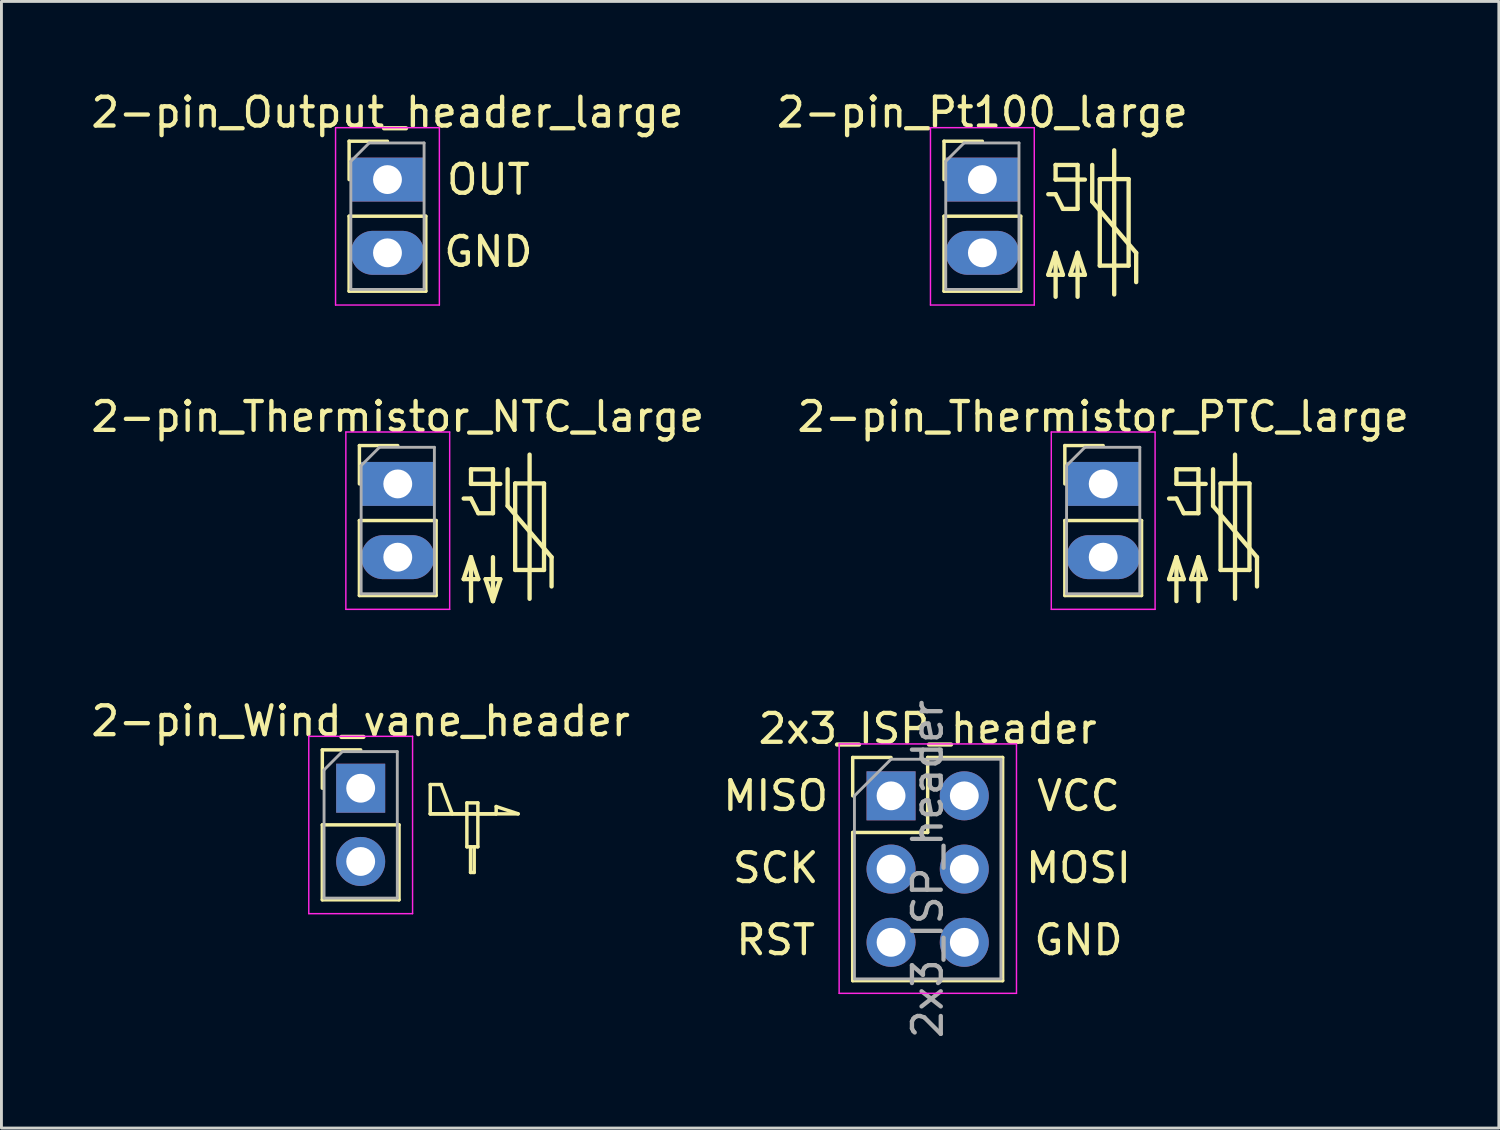
<source format=kicad_pcb>
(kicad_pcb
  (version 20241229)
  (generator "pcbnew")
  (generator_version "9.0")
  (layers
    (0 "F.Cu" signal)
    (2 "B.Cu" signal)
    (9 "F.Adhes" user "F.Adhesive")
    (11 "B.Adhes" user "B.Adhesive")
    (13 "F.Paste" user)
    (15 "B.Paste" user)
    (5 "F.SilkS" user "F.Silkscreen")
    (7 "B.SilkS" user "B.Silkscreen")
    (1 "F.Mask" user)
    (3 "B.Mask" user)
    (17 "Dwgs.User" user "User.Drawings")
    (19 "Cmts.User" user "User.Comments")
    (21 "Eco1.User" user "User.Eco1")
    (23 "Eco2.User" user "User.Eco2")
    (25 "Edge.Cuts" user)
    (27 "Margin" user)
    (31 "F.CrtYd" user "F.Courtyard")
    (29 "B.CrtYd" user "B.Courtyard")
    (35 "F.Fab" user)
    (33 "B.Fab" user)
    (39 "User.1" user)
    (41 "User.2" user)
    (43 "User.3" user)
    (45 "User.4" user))
  (footprint "2-pin_Thermistor_NTC_large"
    (layer "F.Cu")
    (at 10.744 13.732)
    (property "Reference" "2-pin_Thermistor_NTC_large" (at 0 -2.33 0) (layer "F.SilkS") (effects (font (size 1 1) (thickness 0.15))))
    (attr through_hole)
    (fp_line (start -1.33 -1.33) (end 0 -1.33) (stroke (width 0.12) (type solid)) (layer "F.SilkS"))
    (fp_line (start -1.33 0) (end -1.33 -1.33) (stroke (width 0.12) (type solid)) (layer "F.SilkS"))
    (fp_line (start -1.33 1.27) (end -1.33 3.87) (stroke (width 0.12) (type solid)) (layer "F.SilkS"))
    (fp_line (start -1.33 1.27) (end 1.33 1.27) (stroke (width 0.12) (type solid)) (layer "F.SilkS"))
    (fp_line (start -1.33 3.87) (end 1.33 3.87) (stroke (width 0.12) (type solid)) (layer "F.SilkS"))
    (fp_line (start 1.33 1.27) (end 1.33 3.87) (stroke (width 0.12) (type solid)) (layer "F.SilkS"))
    (fp_line (start 2.286 0.508) (end 2.54 0.508) (stroke (width 0.15) (type solid)) (layer "F.SilkS"))
    (fp_line (start 2.286 3.302) (end 2.794 3.302) (stroke (width 0.15) (type solid)) (layer "F.SilkS"))
    (fp_line (start 2.54 -0.508) (end 2.54 0) (stroke (width 0.15) (type solid)) (layer "F.SilkS"))
    (fp_line (start 2.54 0) (end 3.556 0) (stroke (width 0.15) (type solid)) (layer "F.SilkS"))
    (fp_line (start 2.54 0.508) (end 2.794 1.016) (stroke (width 0.15) (type solid)) (layer "F.SilkS"))
    (fp_line (start 2.54 2.54) (end 2.286 3.302) (stroke (width 0.15) (type solid)) (layer "F.SilkS"))
    (fp_line (start 2.54 4.064) (end 2.54 2.54) (stroke (width 0.15) (type solid)) (layer "F.SilkS"))
    (fp_line (start 2.794 1.016) (end 3.302 1.016) (stroke (width 0.15) (type solid)) (layer "F.SilkS"))
    (fp_line (start 2.794 3.302) (end 2.54 2.54) (stroke (width 0.15) (type solid)) (layer "F.SilkS"))
    (fp_line (start 3.048 3.302) (end 3.302 4.064) (stroke (width 0.15) (type solid)) (layer "F.SilkS"))
    (fp_line (start 3.302 -0.508) (end 2.54 -0.508) (stroke (width 0.15) (type solid)) (layer "F.SilkS"))
    (fp_line (start 3.302 1.016) (end 3.302 -0.508) (stroke (width 0.15) (type solid)) (layer "F.SilkS"))
    (fp_line (start 3.302 2.54) (end 3.302 4.064) (stroke (width 0.15) (type solid)) (layer "F.SilkS"))
    (fp_line (start 3.302 4.064) (end 3.556 3.302) (stroke (width 0.15) (type solid)) (layer "F.SilkS"))
    (fp_line (start 3.556 3.302) (end 3.048 3.302) (stroke (width 0.15) (type solid)) (layer "F.SilkS"))
    (fp_line (start 3.81 0.762) (end 3.81 -0.508) (stroke (width 0.15) (type solid)) (layer "F.SilkS"))
    (fp_line (start 4.072 -0.016) (end 4.072 2.984) (stroke (width 0.15) (type solid)) (layer "F.SilkS"))
    (fp_line (start 4.072 2.984) (end 5.072 2.984) (stroke (width 0.15) (type solid)) (layer "F.SilkS"))
    (fp_line (start 4.572 -1.016) (end 4.572 3.984) (stroke (width 0.15) (type solid)) (layer "F.SilkS"))
    (fp_line (start 5.072 -0.016) (end 4.072 -0.016) (stroke (width 0.15) (type solid)) (layer "F.SilkS"))
    (fp_line (start 5.072 2.984) (end 5.072 -0.016) (stroke (width 0.15) (type solid)) (layer "F.SilkS"))
    (fp_line (start 5.334 2.54) (end 3.81 0.762) (stroke (width 0.15) (type solid)) (layer "F.SilkS"))
    (fp_line (start 5.334 3.556) (end 5.334 2.54) (stroke (width 0.15) (type solid)) (layer "F.SilkS"))
    (fp_line (start -1.8 -1.8) (end -1.8 4.35) (stroke (width 0.05) (type solid)) (layer "F.CrtYd"))
    (fp_line (start -1.8 4.35) (end 1.8 4.35) (stroke (width 0.05) (type solid)) (layer "F.CrtYd"))
    (fp_line (start 1.8 -1.8) (end -1.8 -1.8) (stroke (width 0.05) (type solid)) (layer "F.CrtYd"))
    (fp_line (start 1.8 4.35) (end 1.8 -1.8) (stroke (width 0.05) (type solid)) (layer "F.CrtYd"))
    (fp_line (start -1.27 -0.635) (end -0.635 -1.27) (stroke (width 0.1) (type solid)) (layer "F.Fab"))
    (fp_line (start -1.27 3.81) (end -1.27 -0.635) (stroke (width 0.1) (type solid)) (layer "F.Fab"))
    (fp_line (start -0.635 -1.27) (end 1.27 -1.27) (stroke (width 0.1) (type solid)) (layer "F.Fab"))
    (fp_line (start 1.27 -1.27) (end 1.27 3.81) (stroke (width 0.1) (type solid)) (layer "F.Fab"))
    (fp_line (start 1.27 3.81) (end -1.27 3.81) (stroke (width 0.1) (type solid)) (layer "F.Fab"))
    (pad "1" thru_hole rect (at 0 0) (size 2.54 1.524) (drill 1) (layers "*.Cu" "*.Mask"))
    (pad "2" thru_hole oval (at 0 2.54) (size 2.54 1.524) (drill 1) (layers "*.Cu" "*.Mask")))
  (footprint "2-pin_Pt100_large"
    (layer "F.Cu")
    (at 31.018 3.178)
    (property "Reference" "2-pin_Pt100_large" (at 0 -2.33 0) (layer "F.SilkS") (effects (font (size 1 1) (thickness 0.15))))
    (attr through_hole)
    (fp_line (start -1.33 -1.33) (end 0 -1.33) (stroke (width 0.12) (type solid)) (layer "F.SilkS"))
    (fp_line (start -1.33 0) (end -1.33 -1.33) (stroke (width 0.12) (type solid)) (layer "F.SilkS"))
    (fp_line (start -1.33 1.27) (end -1.33 3.87) (stroke (width 0.12) (type solid)) (layer "F.SilkS"))
    (fp_line (start -1.33 1.27) (end 1.33 1.27) (stroke (width 0.12) (type solid)) (layer "F.SilkS"))
    (fp_line (start -1.33 3.87) (end 1.33 3.87) (stroke (width 0.12) (type solid)) (layer "F.SilkS"))
    (fp_line (start 1.33 1.27) (end 1.33 3.87) (stroke (width 0.12) (type solid)) (layer "F.SilkS"))
    (fp_line (start 2.286 0.508) (end 2.54 0.508) (stroke (width 0.15) (type solid)) (layer "F.SilkS"))
    (fp_line (start 2.286 3.302) (end 2.794 3.302) (stroke (width 0.15) (type solid)) (layer "F.SilkS"))
    (fp_line (start 2.54 -0.508) (end 2.54 0) (stroke (width 0.15) (type solid)) (layer "F.SilkS"))
    (fp_line (start 2.54 0) (end 3.556 0) (stroke (width 0.15) (type solid)) (layer "F.SilkS"))
    (fp_line (start 2.54 0.508) (end 2.794 1.016) (stroke (width 0.15) (type solid)) (layer "F.SilkS"))
    (fp_line (start 2.54 2.54) (end 2.286 3.302) (stroke (width 0.15) (type solid)) (layer "F.SilkS"))
    (fp_line (start 2.54 4.064) (end 2.54 2.54) (stroke (width 0.15) (type solid)) (layer "F.SilkS"))
    (fp_line (start 2.794 1.016) (end 3.302 1.016) (stroke (width 0.15) (type solid)) (layer "F.SilkS"))
    (fp_line (start 2.794 3.302) (end 2.54 2.54) (stroke (width 0.15) (type solid)) (layer "F.SilkS"))
    (fp_line (start 3.048 3.302) (end 3.556 3.302) (stroke (width 0.15) (type solid)) (layer "F.SilkS"))
    (fp_line (start 3.302 -0.508) (end 2.54 -0.508) (stroke (width 0.15) (type solid)) (layer "F.SilkS"))
    (fp_line (start 3.302 1.016) (end 3.302 -0.508) (stroke (width 0.15) (type solid)) (layer "F.SilkS"))
    (fp_line (start 3.302 2.54) (end 3.048 3.302) (stroke (width 0.15) (type solid)) (layer "F.SilkS"))
    (fp_line (start 3.302 4.064) (end 3.302 2.54) (stroke (width 0.15) (type solid)) (layer "F.SilkS"))
    (fp_line (start 3.556 3.302) (end 3.302 2.54) (stroke (width 0.15) (type solid)) (layer "F.SilkS"))
    (fp_line (start 3.81 0.762) (end 3.81 -0.508) (stroke (width 0.15) (type solid)) (layer "F.SilkS"))
    (fp_line (start 4.072 -0.016) (end 4.072 2.984) (stroke (width 0.15) (type solid)) (layer "F.SilkS"))
    (fp_line (start 4.072 2.984) (end 5.072 2.984) (stroke (width 0.15) (type solid)) (layer "F.SilkS"))
    (fp_line (start 4.572 -1.016) (end 4.572 3.984) (stroke (width 0.15) (type solid)) (layer "F.SilkS"))
    (fp_line (start 5.072 -0.016) (end 4.072 -0.016) (stroke (width 0.15) (type solid)) (layer "F.SilkS"))
    (fp_line (start 5.072 2.984) (end 5.072 -0.016) (stroke (width 0.15) (type solid)) (layer "F.SilkS"))
    (fp_line (start 5.334 2.54) (end 3.81 0.762) (stroke (width 0.15) (type solid)) (layer "F.SilkS"))
    (fp_line (start 5.334 3.556) (end 5.334 2.54) (stroke (width 0.15) (type solid)) (layer "F.SilkS"))
    (fp_line (start -1.8 -1.8) (end -1.8 4.35) (stroke (width 0.05) (type solid)) (layer "F.CrtYd"))
    (fp_line (start -1.8 4.35) (end 1.8 4.35) (stroke (width 0.05) (type solid)) (layer "F.CrtYd"))
    (fp_line (start 1.8 -1.8) (end -1.8 -1.8) (stroke (width 0.05) (type solid)) (layer "F.CrtYd"))
    (fp_line (start 1.8 4.35) (end 1.8 -1.8) (stroke (width 0.05) (type solid)) (layer "F.CrtYd"))
    (fp_line (start -1.27 -0.635) (end -0.635 -1.27) (stroke (width 0.1) (type solid)) (layer "F.Fab"))
    (fp_line (start -1.27 3.81) (end -1.27 -0.635) (stroke (width 0.1) (type solid)) (layer "F.Fab"))
    (fp_line (start -0.635 -1.27) (end 1.27 -1.27) (stroke (width 0.1) (type solid)) (layer "F.Fab"))
    (fp_line (start 1.27 -1.27) (end 1.27 3.81) (stroke (width 0.1) (type solid)) (layer "F.Fab"))
    (fp_line (start 1.27 3.81) (end -1.27 3.81) (stroke (width 0.1) (type solid)) (layer "F.Fab"))
    (pad "1" thru_hole rect (at 0 0) (size 2.54 1.524) (drill 1) (layers "*.Cu" "*.Mask"))
    (pad "2" thru_hole oval (at 0 2.54) (size 2.54 1.524) (drill 1) (layers "*.Cu" "*.Mask")))
  (footprint "2-pin_Thermistor_PTC_large"
    (layer "F.Cu")
    (at 35.208 13.732)
    (property "Reference" "2-pin_Thermistor_PTC_large" (at 0 -2.33 0) (layer "F.SilkS") (effects (font (size 1 1) (thickness 0.15))))
    (attr through_hole)
    (fp_line (start -1.33 -1.33) (end 0 -1.33) (stroke (width 0.12) (type solid)) (layer "F.SilkS"))
    (fp_line (start -1.33 0) (end -1.33 -1.33) (stroke (width 0.12) (type solid)) (layer "F.SilkS"))
    (fp_line (start -1.33 1.27) (end -1.33 3.87) (stroke (width 0.12) (type solid)) (layer "F.SilkS"))
    (fp_line (start -1.33 1.27) (end 1.33 1.27) (stroke (width 0.12) (type solid)) (layer "F.SilkS"))
    (fp_line (start -1.33 3.87) (end 1.33 3.87) (stroke (width 0.12) (type solid)) (layer "F.SilkS"))
    (fp_line (start 1.33 1.27) (end 1.33 3.87) (stroke (width 0.12) (type solid)) (layer "F.SilkS"))
    (fp_line (start 2.286 0.508) (end 2.54 0.508) (stroke (width 0.15) (type solid)) (layer "F.SilkS"))
    (fp_line (start 2.286 3.302) (end 2.794 3.302) (stroke (width 0.15) (type solid)) (layer "F.SilkS"))
    (fp_line (start 2.54 -0.508) (end 2.54 0) (stroke (width 0.15) (type solid)) (layer "F.SilkS"))
    (fp_line (start 2.54 0) (end 3.556 0) (stroke (width 0.15) (type solid)) (layer "F.SilkS"))
    (fp_line (start 2.54 0.508) (end 2.794 1.016) (stroke (width 0.15) (type solid)) (layer "F.SilkS"))
    (fp_line (start 2.54 2.54) (end 2.286 3.302) (stroke (width 0.15) (type solid)) (layer "F.SilkS"))
    (fp_line (start 2.54 4.064) (end 2.54 2.54) (stroke (width 0.15) (type solid)) (layer "F.SilkS"))
    (fp_line (start 2.794 1.016) (end 3.302 1.016) (stroke (width 0.15) (type solid)) (layer "F.SilkS"))
    (fp_line (start 2.794 3.302) (end 2.54 2.54) (stroke (width 0.15) (type solid)) (layer "F.SilkS"))
    (fp_line (start 3.048 3.302) (end 3.556 3.302) (stroke (width 0.15) (type solid)) (layer "F.SilkS"))
    (fp_line (start 3.302 -0.508) (end 2.54 -0.508) (stroke (width 0.15) (type solid)) (layer "F.SilkS"))
    (fp_line (start 3.302 1.016) (end 3.302 -0.508) (stroke (width 0.15) (type solid)) (layer "F.SilkS"))
    (fp_line (start 3.302 2.54) (end 3.048 3.302) (stroke (width 0.15) (type solid)) (layer "F.SilkS"))
    (fp_line (start 3.302 4.064) (end 3.302 2.54) (stroke (width 0.15) (type solid)) (layer "F.SilkS"))
    (fp_line (start 3.556 3.302) (end 3.302 2.54) (stroke (width 0.15) (type solid)) (layer "F.SilkS"))
    (fp_line (start 3.81 0.762) (end 3.81 -0.508) (stroke (width 0.15) (type solid)) (layer "F.SilkS"))
    (fp_line (start 4.072 -0.016) (end 4.072 2.984) (stroke (width 0.15) (type solid)) (layer "F.SilkS"))
    (fp_line (start 4.072 2.984) (end 5.072 2.984) (stroke (width 0.15) (type solid)) (layer "F.SilkS"))
    (fp_line (start 4.572 -1.016) (end 4.572 3.984) (stroke (width 0.15) (type solid)) (layer "F.SilkS"))
    (fp_line (start 5.072 -0.016) (end 4.072 -0.016) (stroke (width 0.15) (type solid)) (layer "F.SilkS"))
    (fp_line (start 5.072 2.984) (end 5.072 -0.016) (stroke (width 0.15) (type solid)) (layer "F.SilkS"))
    (fp_line (start 5.334 2.54) (end 3.81 0.762) (stroke (width 0.15) (type solid)) (layer "F.SilkS"))
    (fp_line (start 5.334 3.556) (end 5.334 2.54) (stroke (width 0.15) (type solid)) (layer "F.SilkS"))
    (fp_line (start -1.8 -1.8) (end -1.8 4.35) (stroke (width 0.05) (type solid)) (layer "F.CrtYd"))
    (fp_line (start -1.8 4.35) (end 1.8 4.35) (stroke (width 0.05) (type solid)) (layer "F.CrtYd"))
    (fp_line (start 1.8 -1.8) (end -1.8 -1.8) (stroke (width 0.05) (type solid)) (layer "F.CrtYd"))
    (fp_line (start 1.8 4.35) (end 1.8 -1.8) (stroke (width 0.05) (type solid)) (layer "F.CrtYd"))
    (fp_line (start -1.27 -0.635) (end -0.635 -1.27) (stroke (width 0.1) (type solid)) (layer "F.Fab"))
    (fp_line (start -1.27 3.81) (end -1.27 -0.635) (stroke (width 0.1) (type solid)) (layer "F.Fab"))
    (fp_line (start -0.635 -1.27) (end 1.27 -1.27) (stroke (width 0.1) (type solid)) (layer "F.Fab"))
    (fp_line (start 1.27 -1.27) (end 1.27 3.81) (stroke (width 0.1) (type solid)) (layer "F.Fab"))
    (fp_line (start 1.27 3.81) (end -1.27 3.81) (stroke (width 0.1) (type solid)) (layer "F.Fab"))
    (pad "1" thru_hole rect (at 0 0) (size 2.54 1.524) (drill 1) (layers "*.Cu" "*.Mask"))
    (pad "2" thru_hole oval (at 0 2.54) (size 2.54 1.524) (drill 1) (layers "*.Cu" "*.Mask")))
  (footprint "2x3_ISP_header"
    (layer "F.Cu")
    (at 27.851 24.549)
    (property "Reference" "2x3_ISP_header" (at 1.27 -2.33 0) (layer "F.SilkS") (effects (font (size 1 1) (thickness 0.15))))
    (attr through_hole)
    (fp_line (start -1.33 -1.33) (end 0 -1.33) (stroke (width 0.12) (type solid)) (layer "F.SilkS"))
    (fp_line (start -1.33 0) (end -1.33 -1.33) (stroke (width 0.12) (type solid)) (layer "F.SilkS"))
    (fp_line (start -1.33 1.27) (end -1.33 6.41) (stroke (width 0.12) (type solid)) (layer "F.SilkS"))
    (fp_line (start -1.33 1.27) (end 1.27 1.27) (stroke (width 0.12) (type solid)) (layer "F.SilkS"))
    (fp_line (start -1.33 6.41) (end 3.87 6.41) (stroke (width 0.12) (type solid)) (layer "F.SilkS"))
    (fp_line (start 1.27 -1.33) (end 3.87 -1.33) (stroke (width 0.12) (type solid)) (layer "F.SilkS"))
    (fp_line (start 1.27 1.27) (end 1.27 -1.33) (stroke (width 0.12) (type solid)) (layer "F.SilkS"))
    (fp_line (start 3.87 -1.33) (end 3.87 6.41) (stroke (width 0.12) (type solid)) (layer "F.SilkS"))
    (fp_line (start -1.8 -1.8) (end -1.8 6.85) (stroke (width 0.05) (type solid)) (layer "F.CrtYd"))
    (fp_line (start -1.8 6.85) (end 4.35 6.85) (stroke (width 0.05) (type solid)) (layer "F.CrtYd"))
    (fp_line (start 4.35 -1.8) (end -1.8 -1.8) (stroke (width 0.05) (type solid)) (layer "F.CrtYd"))
    (fp_line (start 4.35 6.85) (end 4.35 -1.8) (stroke (width 0.05) (type solid)) (layer "F.CrtYd"))
    (fp_line (start -1.27 0) (end 0 -1.27) (stroke (width 0.1) (type solid)) (layer "F.Fab"))
    (fp_line (start -1.27 6.35) (end -1.27 0) (stroke (width 0.1) (type solid)) (layer "F.Fab"))
    (fp_line (start 0 -1.27) (end 3.81 -1.27) (stroke (width 0.1) (type solid)) (layer "F.Fab"))
    (fp_line (start 3.81 -1.27) (end 3.81 6.35) (stroke (width 0.1) (type solid)) (layer "F.Fab"))
    (fp_line (start 3.81 6.35) (end -1.27 6.35) (stroke (width 0.1) (type solid)) (layer "F.Fab"))
    (fp_text user "SCK" (at -4 2.5 0) (layer "F.SilkS") (effects (font (size 1 1) (thickness 0.15))))
    (fp_text user "RST" (at -4 5 0) (layer "F.SilkS") (effects (font (size 1 1) (thickness 0.15))))
    (fp_text user "GND" (at 6.5 5 0) (layer "F.SilkS") (effects (font (size 1 1) (thickness 0.15))))
    (fp_text user "MOSI" (at 6.5 2.5 0) (layer "F.SilkS") (effects (font (size 1 1) (thickness 0.15))))
    (fp_text user "MISO" (at -4 0 0) (layer "F.SilkS") (effects (font (size 1 1) (thickness 0.15))))
    (fp_text user "VCC" (at 6.5 0 0) (layer "F.SilkS") (effects (font (size 1 1) (thickness 0.15))))
    (fp_text user "${REFERENCE}" (at 1.27 2.54 90) (layer "F.Fab") (effects (font (size 1 1) (thickness 0.15))))
    (pad "1" thru_hole rect (at 0 0) (size 1.7 1.7) (drill 1) (layers "*.Cu" "*.Mask"))
    (pad "2" thru_hole oval (at 2.54 0) (size 1.7 1.7) (drill 1) (layers "*.Cu" "*.Mask"))
    (pad "3" thru_hole oval (at 0 2.54) (size 1.7 1.7) (drill 1) (layers "*.Cu" "*.Mask"))
    (pad "4" thru_hole oval (at 2.54 2.54) (size 1.7 1.7) (drill 1) (layers "*.Cu" "*.Mask"))
    (pad "5" thru_hole oval (at 0 5.08) (size 1.7 1.7) (drill 1) (layers "*.Cu" "*.Mask"))
    (pad "6" thru_hole oval (at 2.54 5.08) (size 1.7 1.7) (drill 1) (layers "*.Cu" "*.Mask")))
  (footprint "2-pin_Output_header_large"
    (layer "F.Cu")
    (at 10.387 3.178)
    (property "Reference" "2-pin_Output_header_large" (at 0 -2.33 0) (layer "F.SilkS") (effects (font (size 1 1) (thickness 0.15))))
    (attr through_hole)
    (fp_line (start -1.33 -1.33) (end 0 -1.33) (stroke (width 0.12) (type solid)) (layer "F.SilkS"))
    (fp_line (start -1.33 0) (end -1.33 -1.33) (stroke (width 0.12) (type solid)) (layer "F.SilkS"))
    (fp_line (start -1.33 1.27) (end -1.33 3.87) (stroke (width 0.12) (type solid)) (layer "F.SilkS"))
    (fp_line (start -1.33 1.27) (end 1.33 1.27) (stroke (width 0.12) (type solid)) (layer "F.SilkS"))
    (fp_line (start -1.33 3.87) (end 1.33 3.87) (stroke (width 0.12) (type solid)) (layer "F.SilkS"))
    (fp_line (start 1.33 1.27) (end 1.33 3.87) (stroke (width 0.12) (type solid)) (layer "F.SilkS"))
    (fp_line (start -1.8 -1.8) (end -1.8 4.35) (stroke (width 0.05) (type solid)) (layer "F.CrtYd"))
    (fp_line (start -1.8 4.35) (end 1.8 4.35) (stroke (width 0.05) (type solid)) (layer "F.CrtYd"))
    (fp_line (start 1.8 -1.8) (end -1.8 -1.8) (stroke (width 0.05) (type solid)) (layer "F.CrtYd"))
    (fp_line (start 1.8 4.35) (end 1.8 -1.8) (stroke (width 0.05) (type solid)) (layer "F.CrtYd"))
    (fp_line (start -1.27 -0.635) (end -0.635 -1.27) (stroke (width 0.1) (type solid)) (layer "F.Fab"))
    (fp_line (start -1.27 3.81) (end -1.27 -0.635) (stroke (width 0.1) (type solid)) (layer "F.Fab"))
    (fp_line (start -0.635 -1.27) (end 1.27 -1.27) (stroke (width 0.1) (type solid)) (layer "F.Fab"))
    (fp_line (start 1.27 -1.27) (end 1.27 3.81) (stroke (width 0.1) (type solid)) (layer "F.Fab"))
    (fp_line (start 1.27 3.81) (end -1.27 3.81) (stroke (width 0.1) (type solid)) (layer "F.Fab"))
    (fp_text user "GND" (at 3.5 2.5 0) (layer "F.SilkS") (effects (font (size 1 1) (thickness 0.15))))
    (fp_text user "OUT" (at 3.5 0 0) (layer "F.SilkS") (effects (font (size 1 1) (thickness 0.15))))
    (pad "1" thru_hole rect (at 0 0) (size 2.54 1.524) (drill 1) (layers "*.Cu" "*.Mask"))
    (pad "2" thru_hole oval (at 0 2.54) (size 2.54 1.524) (drill 1) (layers "*.Cu" "*.Mask")))
  (footprint "2-pin_Wind_vane_header"
    (layer "F.Cu")
    (at 9.458 24.285)
    (property "Reference" "2-pin_Wind_vane_header" (at 0 -2.33 0) (layer "F.SilkS") (effects (font (size 1 1) (thickness 0.15))))
    (attr through_hole)
    (fp_line (start -1.33 -1.33) (end 0 -1.33) (stroke (width 0.12) (type solid)) (layer "F.SilkS"))
    (fp_line (start -1.33 0) (end -1.33 -1.33) (stroke (width 0.12) (type solid)) (layer "F.SilkS"))
    (fp_line (start -1.33 1.27) (end -1.33 3.87) (stroke (width 0.12) (type solid)) (layer "F.SilkS"))
    (fp_line (start -1.33 1.27) (end 1.33 1.27) (stroke (width 0.12) (type solid)) (layer "F.SilkS"))
    (fp_line (start -1.33 3.87) (end 1.33 3.87) (stroke (width 0.12) (type solid)) (layer "F.SilkS"))
    (fp_line (start 1.33 1.27) (end 1.33 3.87) (stroke (width 0.12) (type solid)) (layer "F.SilkS"))
    (fp_line (start 2.413 -0.127) (end 2.794 -0.127) (stroke (width 0.12) (type solid)) (layer "F.SilkS"))
    (fp_line (start 2.413 0.889) (end 2.413 -0.127) (stroke (width 0.12) (type solid)) (layer "F.SilkS"))
    (fp_line (start 2.413 0.889) (end 5.461 0.889) (stroke (width 0.12) (type solid)) (layer "F.SilkS"))
    (fp_line (start 2.794 -0.127) (end 3.175 0.889) (stroke (width 0.12) (type solid)) (layer "F.SilkS"))
    (fp_line (start 3.683 0.508) (end 4.064 0.508) (stroke (width 0.12) (type solid)) (layer "F.SilkS"))
    (fp_line (start 3.683 2.032) (end 3.683 0.508) (stroke (width 0.12) (type solid)) (layer "F.SilkS"))
    (fp_line (start 3.81 2.921) (end 3.81 2.032) (stroke (width 0.12) (type solid)) (layer "F.SilkS"))
    (fp_line (start 3.937 2.032) (end 3.937 2.921) (stroke (width 0.12) (type solid)) (layer "F.SilkS"))
    (fp_line (start 3.937 2.921) (end 3.81 2.921) (stroke (width 0.12) (type solid)) (layer "F.SilkS"))
    (fp_line (start 4.064 0.508) (end 4.064 2.032) (stroke (width 0.12) (type solid)) (layer "F.SilkS"))
    (fp_line (start 4.064 2.032) (end 3.683 2.032) (stroke (width 0.12) (type solid)) (layer "F.SilkS"))
    (fp_line (start 4.699 0.635) (end 4.699 0.889) (stroke (width 0.12) (type solid)) (layer "F.SilkS"))
    (fp_line (start 4.699 0.889) (end 2.413 0.889) (stroke (width 0.12) (type solid)) (layer "F.SilkS"))
    (fp_line (start 5.461 0.889) (end 4.699 0.635) (stroke (width 0.12) (type solid)) (layer "F.SilkS"))
    (fp_line (start -1.8 -1.8) (end -1.8 4.35) (stroke (width 0.05) (type solid)) (layer "F.CrtYd"))
    (fp_line (start -1.8 4.35) (end 1.8 4.35) (stroke (width 0.05) (type solid)) (layer "F.CrtYd"))
    (fp_line (start 1.8 -1.8) (end -1.8 -1.8) (stroke (width 0.05) (type solid)) (layer "F.CrtYd"))
    (fp_line (start 1.8 4.35) (end 1.8 -1.8) (stroke (width 0.05) (type solid)) (layer "F.CrtYd"))
    (fp_line (start -1.27 -0.635) (end -0.635 -1.27) (stroke (width 0.1) (type solid)) (layer "F.Fab"))
    (fp_line (start -1.27 3.81) (end -1.27 -0.635) (stroke (width 0.1) (type solid)) (layer "F.Fab"))
    (fp_line (start -0.635 -1.27) (end 1.27 -1.27) (stroke (width 0.1) (type solid)) (layer "F.Fab"))
    (fp_line (start 1.27 -1.27) (end 1.27 3.81) (stroke (width 0.1) (type solid)) (layer "F.Fab"))
    (fp_line (start 1.27 3.81) (end -1.27 3.81) (stroke (width 0.1) (type solid)) (layer "F.Fab"))
    (pad "1" thru_hole rect (at 0 0) (size 1.7 1.7) (drill 1) (layers "*.Cu" "*.Mask"))
    (pad "2" thru_hole oval (at 0 2.54) (size 1.7 1.7) (drill 1) (layers "*.Cu" "*.Mask")))
  (gr_rect
    (start -3 -3)
    (end 48.929 36.071)
    (stroke (width 0.1) (type default))
    (fill no)
    (layer "Edge.Cuts")))
</source>
